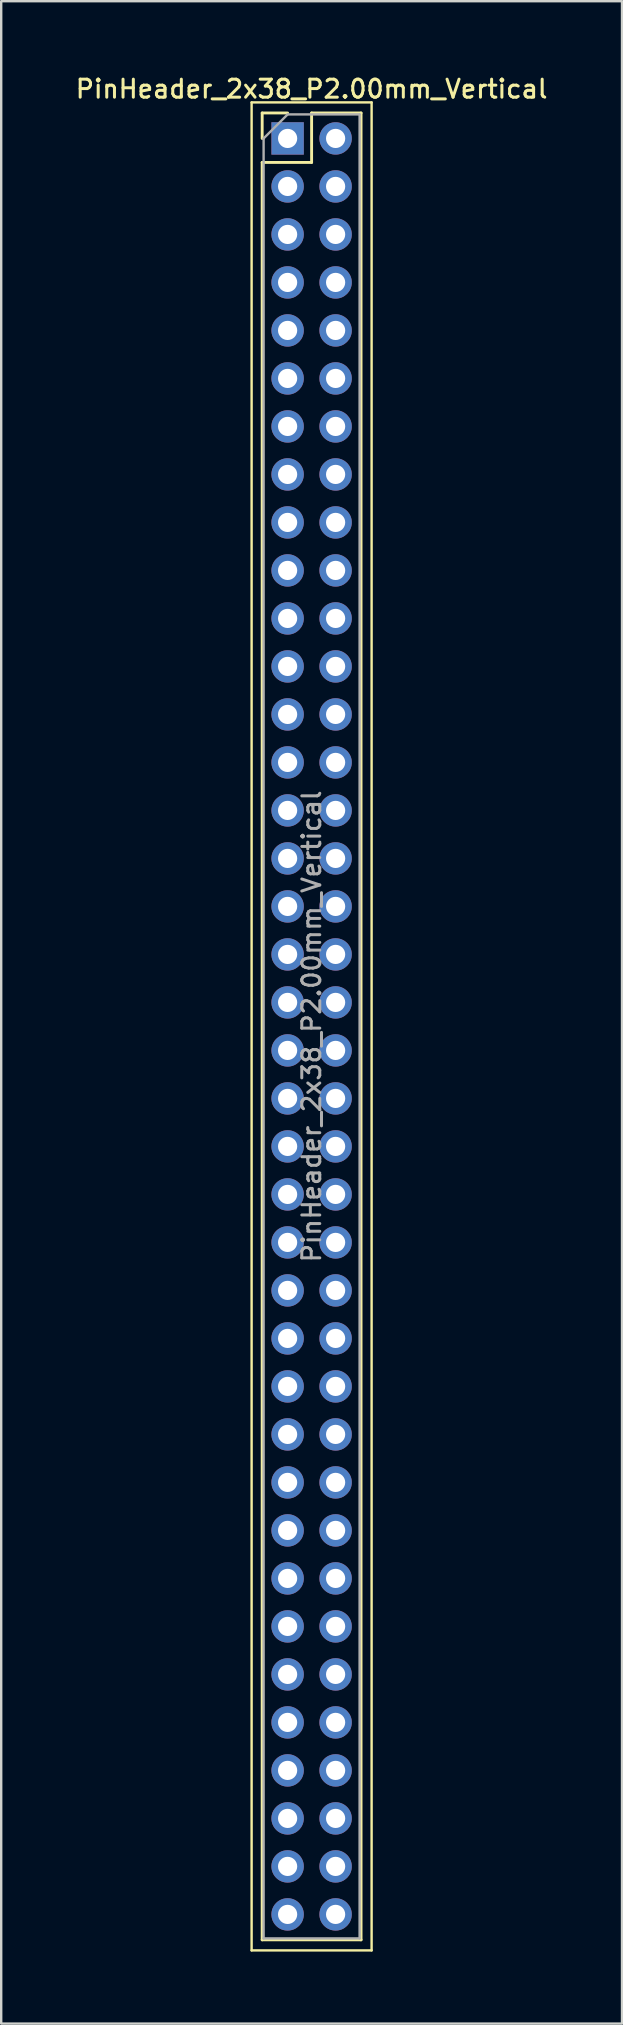
<source format=kicad_pcb>
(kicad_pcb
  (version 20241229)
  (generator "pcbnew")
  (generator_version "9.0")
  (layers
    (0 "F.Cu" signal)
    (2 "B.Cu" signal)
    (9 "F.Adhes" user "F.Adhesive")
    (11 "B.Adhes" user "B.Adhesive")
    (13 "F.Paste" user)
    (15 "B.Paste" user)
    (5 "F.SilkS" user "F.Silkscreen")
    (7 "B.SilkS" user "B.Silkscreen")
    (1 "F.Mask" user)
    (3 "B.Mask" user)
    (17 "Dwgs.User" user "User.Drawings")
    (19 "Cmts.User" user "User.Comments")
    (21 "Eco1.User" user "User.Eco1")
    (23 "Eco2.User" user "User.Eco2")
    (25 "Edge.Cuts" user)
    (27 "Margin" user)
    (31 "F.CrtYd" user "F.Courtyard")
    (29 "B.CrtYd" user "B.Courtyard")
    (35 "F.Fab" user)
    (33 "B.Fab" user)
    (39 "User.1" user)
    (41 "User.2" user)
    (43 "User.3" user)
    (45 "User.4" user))
  (footprint "PinHeader_2x38_P2.00mm_Vertical"
    (layer "F.Cu")
    (at 8.934 2.718)
    (property "Reference" "PinHeader_2x38_P2.00mm_Vertical" (at 1 -2.06 0) (layer "F.SilkS") (effects (font (size 0.75 0.75) (thickness 0.125))))
    (attr through_hole)
    (fp_line (start -1.5 -1.5) (end -1.5 75.5) (stroke (width 0.1) (type solid)) (layer "F.SilkS"))
    (fp_line (start -1.5 75.5) (end 3.5 75.5) (stroke (width 0.1) (type solid)) (layer "F.SilkS"))
    (fp_line (start -1.06 -1.06) (end 0 -1.06) (stroke (width 0.12) (type solid)) (layer "F.SilkS"))
    (fp_line (start -1.06 0) (end -1.06 -1.06) (stroke (width 0.12) (type solid)) (layer "F.SilkS"))
    (fp_line (start -1.06 1) (end -1.06 75.06) (stroke (width 0.12) (type solid)) (layer "F.SilkS"))
    (fp_line (start -1.06 1) (end 1 1) (stroke (width 0.12) (type solid)) (layer "F.SilkS"))
    (fp_line (start -1.06 75.06) (end 3.06 75.06) (stroke (width 0.12) (type solid)) (layer "F.SilkS"))
    (fp_line (start 1 -1.06) (end 3.06 -1.06) (stroke (width 0.12) (type solid)) (layer "F.SilkS"))
    (fp_line (start 1 1) (end 1 -1.06) (stroke (width 0.12) (type solid)) (layer "F.SilkS"))
    (fp_line (start 3.06 -1.06) (end 3.06 75.06) (stroke (width 0.12) (type solid)) (layer "F.SilkS"))
    (fp_line (start 3.5 -1.5) (end -1.5 -1.5) (stroke (width 0.1) (type solid)) (layer "F.SilkS"))
    (fp_line (start 3.5 75.5) (end 3.5 -1.5) (stroke (width 0.1) (type solid)) (layer "F.SilkS"))
    (fp_line (start -1 0) (end 0 -1) (stroke (width 0.1) (type solid)) (layer "F.Fab"))
    (fp_line (start -1 75) (end -1 0) (stroke (width 0.1) (type solid)) (layer "F.Fab"))
    (fp_line (start 0 -1) (end 3 -1) (stroke (width 0.1) (type solid)) (layer "F.Fab"))
    (fp_line (start 3 -1) (end 3 75) (stroke (width 0.1) (type solid)) (layer "F.Fab"))
    (fp_line (start 3 75) (end -1 75) (stroke (width 0.1) (type solid)) (layer "F.Fab"))
    (fp_text user "${REFERENCE}" (at 1 37 90) (layer "F.Fab") (effects (font (size 0.75 0.75) (thickness 0.125))))
    (pad "1" thru_hole rect (at 0 0) (size 1.35 1.35) (drill 0.8) (layers "*.Cu" "*.Mask"))
    (pad "2" thru_hole oval (at 2 0) (size 1.35 1.35) (drill 0.8) (layers "*.Cu" "*.Mask"))
    (pad "3" thru_hole oval (at 0 2) (size 1.35 1.35) (drill 0.8) (layers "*.Cu" "*.Mask"))
    (pad "4" thru_hole oval (at 2 2) (size 1.35 1.35) (drill 0.8) (layers "*.Cu" "*.Mask"))
    (pad "5" thru_hole oval (at 0 4) (size 1.35 1.35) (drill 0.8) (layers "*.Cu" "*.Mask"))
    (pad "6" thru_hole oval (at 2 4) (size 1.35 1.35) (drill 0.8) (layers "*.Cu" "*.Mask"))
    (pad "7" thru_hole oval (at 0 6) (size 1.35 1.35) (drill 0.8) (layers "*.Cu" "*.Mask"))
    (pad "8" thru_hole oval (at 2 6) (size 1.35 1.35) (drill 0.8) (layers "*.Cu" "*.Mask"))
    (pad "9" thru_hole oval (at 0 8) (size 1.35 1.35) (drill 0.8) (layers "*.Cu" "*.Mask"))
    (pad "10" thru_hole oval (at 2 8) (size 1.35 1.35) (drill 0.8) (layers "*.Cu" "*.Mask"))
    (pad "11" thru_hole oval (at 0 10) (size 1.35 1.35) (drill 0.8) (layers "*.Cu" "*.Mask"))
    (pad "12" thru_hole oval (at 2 10) (size 1.35 1.35) (drill 0.8) (layers "*.Cu" "*.Mask"))
    (pad "13" thru_hole oval (at 0 12) (size 1.35 1.35) (drill 0.8) (layers "*.Cu" "*.Mask"))
    (pad "14" thru_hole oval (at 2 12) (size 1.35 1.35) (drill 0.8) (layers "*.Cu" "*.Mask"))
    (pad "15" thru_hole oval (at 0 14) (size 1.35 1.35) (drill 0.8) (layers "*.Cu" "*.Mask"))
    (pad "16" thru_hole oval (at 2 14) (size 1.35 1.35) (drill 0.8) (layers "*.Cu" "*.Mask"))
    (pad "17" thru_hole oval (at 0 16) (size 1.35 1.35) (drill 0.8) (layers "*.Cu" "*.Mask"))
    (pad "18" thru_hole oval (at 2 16) (size 1.35 1.35) (drill 0.8) (layers "*.Cu" "*.Mask"))
    (pad "19" thru_hole oval (at 0 18) (size 1.35 1.35) (drill 0.8) (layers "*.Cu" "*.Mask"))
    (pad "20" thru_hole oval (at 2 18) (size 1.35 1.35) (drill 0.8) (layers "*.Cu" "*.Mask"))
    (pad "21" thru_hole oval (at 0 20) (size 1.35 1.35) (drill 0.8) (layers "*.Cu" "*.Mask"))
    (pad "22" thru_hole oval (at 2 20) (size 1.35 1.35) (drill 0.8) (layers "*.Cu" "*.Mask"))
    (pad "23" thru_hole oval (at 0 22) (size 1.35 1.35) (drill 0.8) (layers "*.Cu" "*.Mask"))
    (pad "24" thru_hole oval (at 2 22) (size 1.35 1.35) (drill 0.8) (layers "*.Cu" "*.Mask"))
    (pad "25" thru_hole oval (at 0 24) (size 1.35 1.35) (drill 0.8) (layers "*.Cu" "*.Mask"))
    (pad "26" thru_hole oval (at 2 24) (size 1.35 1.35) (drill 0.8) (layers "*.Cu" "*.Mask"))
    (pad "27" thru_hole oval (at 0 26) (size 1.35 1.35) (drill 0.8) (layers "*.Cu" "*.Mask"))
    (pad "28" thru_hole oval (at 2 26) (size 1.35 1.35) (drill 0.8) (layers "*.Cu" "*.Mask"))
    (pad "29" thru_hole oval (at 0 28) (size 1.35 1.35) (drill 0.8) (layers "*.Cu" "*.Mask"))
    (pad "30" thru_hole oval (at 2 28) (size 1.35 1.35) (drill 0.8) (layers "*.Cu" "*.Mask"))
    (pad "31" thru_hole oval (at 0 30) (size 1.35 1.35) (drill 0.8) (layers "*.Cu" "*.Mask"))
    (pad "32" thru_hole oval (at 2 30) (size 1.35 1.35) (drill 0.8) (layers "*.Cu" "*.Mask"))
    (pad "33" thru_hole oval (at 0 32) (size 1.35 1.35) (drill 0.8) (layers "*.Cu" "*.Mask"))
    (pad "34" thru_hole oval (at 2 32) (size 1.35 1.35) (drill 0.8) (layers "*.Cu" "*.Mask"))
    (pad "35" thru_hole oval (at 0 34) (size 1.35 1.35) (drill 0.8) (layers "*.Cu" "*.Mask"))
    (pad "36" thru_hole oval (at 2 34) (size 1.35 1.35) (drill 0.8) (layers "*.Cu" "*.Mask"))
    (pad "37" thru_hole oval (at 0 36) (size 1.35 1.35) (drill 0.8) (layers "*.Cu" "*.Mask"))
    (pad "38" thru_hole oval (at 2 36) (size 1.35 1.35) (drill 0.8) (layers "*.Cu" "*.Mask"))
    (pad "39" thru_hole oval (at 0 38) (size 1.35 1.35) (drill 0.8) (layers "*.Cu" "*.Mask"))
    (pad "40" thru_hole oval (at 2 38) (size 1.35 1.35) (drill 0.8) (layers "*.Cu" "*.Mask"))
    (pad "41" thru_hole oval (at 0 40) (size 1.35 1.35) (drill 0.8) (layers "*.Cu" "*.Mask"))
    (pad "42" thru_hole oval (at 2 40) (size 1.35 1.35) (drill 0.8) (layers "*.Cu" "*.Mask"))
    (pad "43" thru_hole oval (at 0 42) (size 1.35 1.35) (drill 0.8) (layers "*.Cu" "*.Mask"))
    (pad "44" thru_hole oval (at 2 42) (size 1.35 1.35) (drill 0.8) (layers "*.Cu" "*.Mask"))
    (pad "45" thru_hole oval (at 0 44) (size 1.35 1.35) (drill 0.8) (layers "*.Cu" "*.Mask"))
    (pad "46" thru_hole oval (at 2 44) (size 1.35 1.35) (drill 0.8) (layers "*.Cu" "*.Mask"))
    (pad "47" thru_hole oval (at 0 46) (size 1.35 1.35) (drill 0.8) (layers "*.Cu" "*.Mask"))
    (pad "48" thru_hole oval (at 2 46) (size 1.35 1.35) (drill 0.8) (layers "*.Cu" "*.Mask"))
    (pad "49" thru_hole oval (at 0 48) (size 1.35 1.35) (drill 0.8) (layers "*.Cu" "*.Mask"))
    (pad "50" thru_hole oval (at 2 48) (size 1.35 1.35) (drill 0.8) (layers "*.Cu" "*.Mask"))
    (pad "51" thru_hole oval (at 0 50) (size 1.35 1.35) (drill 0.8) (layers "*.Cu" "*.Mask"))
    (pad "52" thru_hole oval (at 2 50) (size 1.35 1.35) (drill 0.8) (layers "*.Cu" "*.Mask"))
    (pad "53" thru_hole oval (at 0 52) (size 1.35 1.35) (drill 0.8) (layers "*.Cu" "*.Mask"))
    (pad "54" thru_hole oval (at 2 52) (size 1.35 1.35) (drill 0.8) (layers "*.Cu" "*.Mask"))
    (pad "55" thru_hole oval (at 0 54) (size 1.35 1.35) (drill 0.8) (layers "*.Cu" "*.Mask"))
    (pad "56" thru_hole oval (at 2 54) (size 1.35 1.35) (drill 0.8) (layers "*.Cu" "*.Mask"))
    (pad "57" thru_hole oval (at 0 56) (size 1.35 1.35) (drill 0.8) (layers "*.Cu" "*.Mask"))
    (pad "58" thru_hole oval (at 2 56) (size 1.35 1.35) (drill 0.8) (layers "*.Cu" "*.Mask"))
    (pad "59" thru_hole oval (at 0 58) (size 1.35 1.35) (drill 0.8) (layers "*.Cu" "*.Mask"))
    (pad "60" thru_hole oval (at 2 58) (size 1.35 1.35) (drill 0.8) (layers "*.Cu" "*.Mask"))
    (pad "61" thru_hole oval (at 0 60) (size 1.35 1.35) (drill 0.8) (layers "*.Cu" "*.Mask"))
    (pad "62" thru_hole oval (at 2 60) (size 1.35 1.35) (drill 0.8) (layers "*.Cu" "*.Mask"))
    (pad "63" thru_hole oval (at 0 62) (size 1.35 1.35) (drill 0.8) (layers "*.Cu" "*.Mask"))
    (pad "64" thru_hole oval (at 2 62) (size 1.35 1.35) (drill 0.8) (layers "*.Cu" "*.Mask"))
    (pad "65" thru_hole oval (at 0 64) (size 1.35 1.35) (drill 0.8) (layers "*.Cu" "*.Mask"))
    (pad "66" thru_hole oval (at 2 64) (size 1.35 1.35) (drill 0.8) (layers "*.Cu" "*.Mask"))
    (pad "67" thru_hole oval (at 0 66) (size 1.35 1.35) (drill 0.8) (layers "*.Cu" "*.Mask"))
    (pad "68" thru_hole oval (at 2 66) (size 1.35 1.35) (drill 0.8) (layers "*.Cu" "*.Mask"))
    (pad "69" thru_hole oval (at 0 68) (size 1.35 1.35) (drill 0.8) (layers "*.Cu" "*.Mask"))
    (pad "70" thru_hole oval (at 2 68) (size 1.35 1.35) (drill 0.8) (layers "*.Cu" "*.Mask"))
    (pad "71" thru_hole oval (at 0 70) (size 1.35 1.35) (drill 0.8) (layers "*.Cu" "*.Mask"))
    (pad "72" thru_hole oval (at 2 70) (size 1.35 1.35) (drill 0.8) (layers "*.Cu" "*.Mask"))
    (pad "73" thru_hole oval (at 0 72) (size 1.35 1.35) (drill 0.8) (layers "*.Cu" "*.Mask"))
    (pad "74" thru_hole oval (at 2 72) (size 1.35 1.35) (drill 0.8) (layers "*.Cu" "*.Mask"))
    (pad "75" thru_hole oval (at 0 74) (size 1.35 1.35) (drill 0.8) (layers "*.Cu" "*.Mask"))
    (pad "76" thru_hole oval (at 2 74) (size 1.35 1.35) (drill 0.8) (layers "*.Cu" "*.Mask")))
  (gr_rect
    (start -3 -3)
    (end 22.868 81.268)
    (stroke (width 0.1) (type default))
    (fill no)
    (layer "Edge.Cuts")))
</source>
